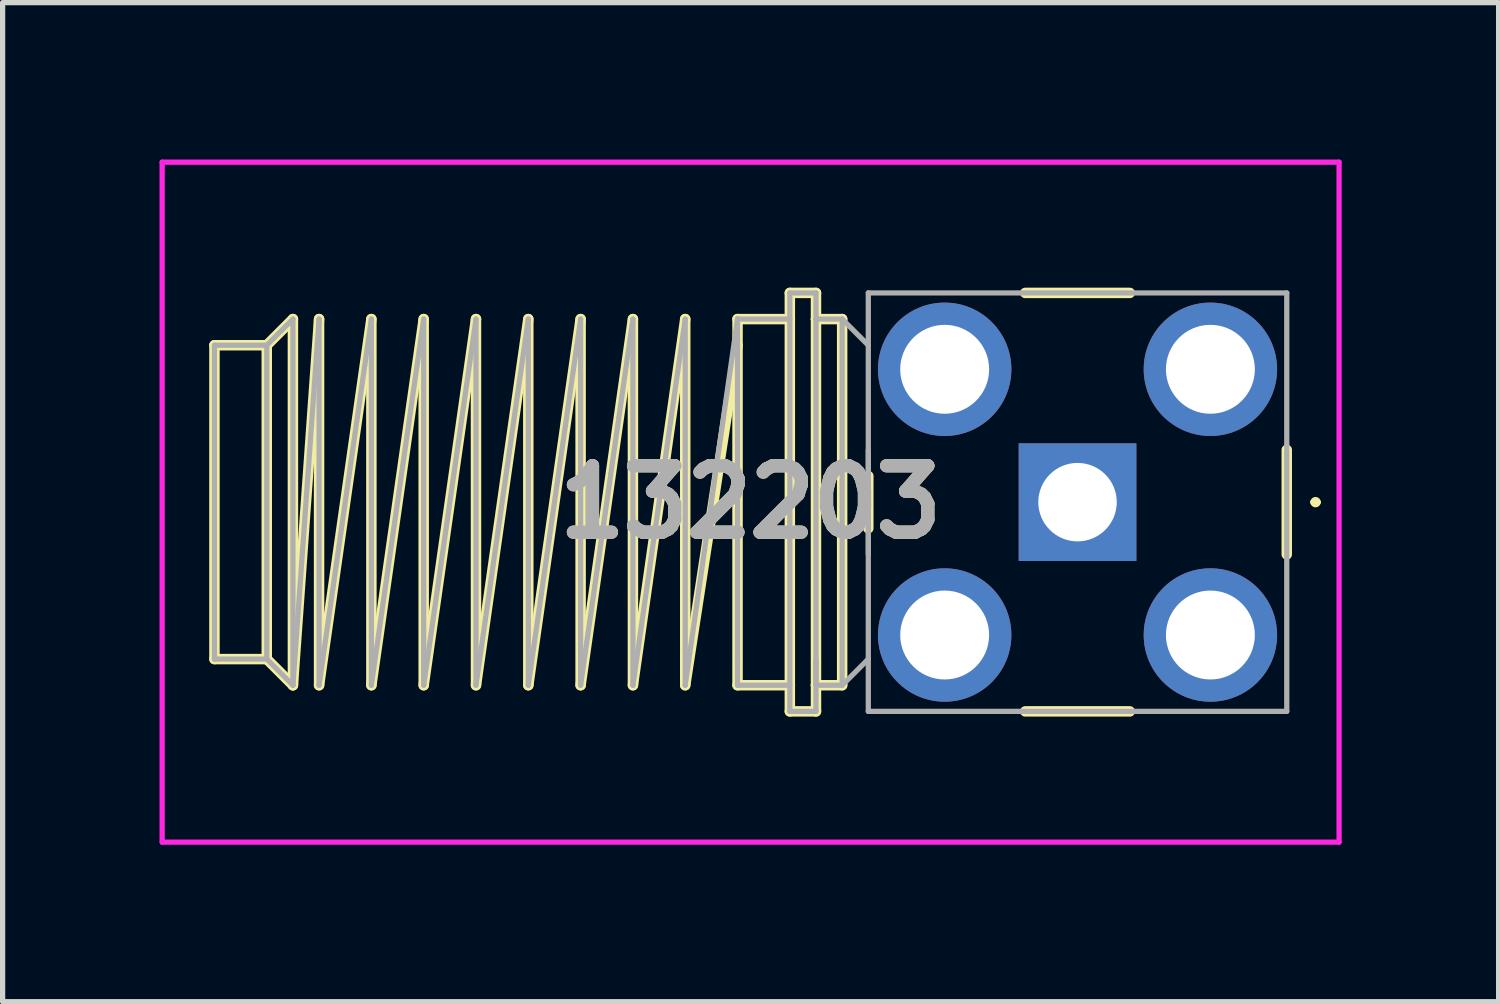
<source format=kicad_pcb>
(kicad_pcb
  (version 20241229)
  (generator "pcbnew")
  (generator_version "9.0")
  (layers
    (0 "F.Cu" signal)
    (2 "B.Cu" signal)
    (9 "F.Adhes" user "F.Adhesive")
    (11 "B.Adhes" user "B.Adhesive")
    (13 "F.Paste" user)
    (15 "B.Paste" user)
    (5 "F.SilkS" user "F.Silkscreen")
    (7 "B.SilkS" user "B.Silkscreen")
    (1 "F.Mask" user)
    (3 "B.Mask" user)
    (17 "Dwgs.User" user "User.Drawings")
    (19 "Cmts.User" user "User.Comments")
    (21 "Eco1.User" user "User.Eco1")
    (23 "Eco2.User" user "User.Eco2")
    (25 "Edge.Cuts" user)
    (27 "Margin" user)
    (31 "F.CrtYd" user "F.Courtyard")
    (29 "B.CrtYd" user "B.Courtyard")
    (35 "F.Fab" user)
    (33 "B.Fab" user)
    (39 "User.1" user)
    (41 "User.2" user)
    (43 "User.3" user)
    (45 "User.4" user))
  (footprint "132203"
    (layer "F.Cu")
    (at 17.55 6.55)
    (property "Reference" "132203" (at -6.25 0 0) (layer "F.SilkS") (effects (font (size 1.27 1.27) (thickness 0.254))))
    (attr through_hole)
    (fp_line (start -16.5 -3) (end -16.5 3) (stroke (width 0.2) (type solid)) (layer "F.SilkS"))
    (fp_line (start -16.5 3) (end -15.5 3) (stroke (width 0.2) (type solid)) (layer "F.SilkS"))
    (fp_line (start -15.5 -3) (end -16.5 -3) (stroke (width 0.2) (type solid)) (layer "F.SilkS"))
    (fp_line (start -15.5 -3) (end -15.5 3) (stroke (width 0.2) (type solid)) (layer "F.SilkS"))
    (fp_line (start -15.5 3) (end -15 3.5) (stroke (width 0.2) (type solid)) (layer "F.SilkS"))
    (fp_line (start -15 -3.5) (end -15.5 -3) (stroke (width 0.2) (type solid)) (layer "F.SilkS"))
    (fp_line (start -15 3.5) (end -15 -3.5) (stroke (width 0.2) (type solid)) (layer "F.SilkS"))
    (fp_line (start -14.5 -3.5) (end -15 3.5) (stroke (width 0.2) (type solid)) (layer "F.SilkS"))
    (fp_line (start -14.5 3.5) (end -14.5 -3.5) (stroke (width 0.2) (type solid)) (layer "F.SilkS"))
    (fp_line (start -13.5 -3.5) (end -14.5 3.5) (stroke (width 0.2) (type solid)) (layer "F.SilkS"))
    (fp_line (start -13.5 3.5) (end -13.5 -3.5) (stroke (width 0.2) (type solid)) (layer "F.SilkS"))
    (fp_line (start -12.5 -3.5) (end -13.5 3.5) (stroke (width 0.2) (type solid)) (layer "F.SilkS"))
    (fp_line (start -12.5 3.5) (end -12.5 -3.5) (stroke (width 0.2) (type solid)) (layer "F.SilkS"))
    (fp_line (start -11.5 -3.5) (end -12.5 3.5) (stroke (width 0.2) (type solid)) (layer "F.SilkS"))
    (fp_line (start -11.5 3.5) (end -11.5 -3.5) (stroke (width 0.2) (type solid)) (layer "F.SilkS"))
    (fp_line (start -10.5 -3.5) (end -11.5 3.5) (stroke (width 0.2) (type solid)) (layer "F.SilkS"))
    (fp_line (start -10.5 3.5) (end -10.5 -3.5) (stroke (width 0.2) (type solid)) (layer "F.SilkS"))
    (fp_line (start -9.5 -3.5) (end -10.5 3.5) (stroke (width 0.2) (type solid)) (layer "F.SilkS"))
    (fp_line (start -9.5 3.5) (end -9.5 -3.5) (stroke (width 0.2) (type solid)) (layer "F.SilkS"))
    (fp_line (start -8.5 -3.5) (end -9.5 3.5) (stroke (width 0.2) (type solid)) (layer "F.SilkS"))
    (fp_line (start -8.5 3.5) (end -8.5 -3.5) (stroke (width 0.2) (type solid)) (layer "F.SilkS"))
    (fp_line (start -7.5 -3.5) (end -8.5 3.5) (stroke (width 0.2) (type solid)) (layer "F.SilkS"))
    (fp_line (start -7.5 3.5) (end -7.5 -3.5) (stroke (width 0.2) (type solid)) (layer "F.SilkS"))
    (fp_line (start -6.5 -3.5) (end -6.5 3.5) (stroke (width 0.2) (type solid)) (layer "F.SilkS"))
    (fp_line (start -6.5 -3) (end -7.5 3.5) (stroke (width 0.2) (type solid)) (layer "F.SilkS"))
    (fp_line (start -6.5 3.5) (end -5.5 3.5) (stroke (width 0.2) (type solid)) (layer "F.SilkS"))
    (fp_line (start -5.5 -4) (end -5.5 4) (stroke (width 0.2) (type solid)) (layer "F.SilkS"))
    (fp_line (start -5.5 -3.5) (end -6.5 -3.5) (stroke (width 0.2) (type solid)) (layer "F.SilkS"))
    (fp_line (start -5.5 4) (end -5 4) (stroke (width 0.2) (type solid)) (layer "F.SilkS"))
    (fp_line (start -5 -4) (end -5.5 -4) (stroke (width 0.2) (type solid)) (layer "F.SilkS"))
    (fp_line (start -5 -3.5) (end -5 -4) (stroke (width 0.2) (type solid)) (layer "F.SilkS"))
    (fp_line (start -5 -3.5) (end -5 3.5) (stroke (width 0.2) (type solid)) (layer "F.SilkS"))
    (fp_line (start -5 3.5) (end -4.5 3.5) (stroke (width 0.2) (type solid)) (layer "F.SilkS"))
    (fp_line (start -5 4) (end -5 3.5) (stroke (width 0.2) (type solid)) (layer "F.SilkS"))
    (fp_line (start -4.5 -3.5) (end -5 -3.5) (stroke (width 0.2) (type solid)) (layer "F.SilkS"))
    (fp_line (start -4.5 3.5) (end -4.5 -3.5) (stroke (width 0.2) (type solid)) (layer "F.SilkS"))
    (fp_line (start -4 -0.5) (end -4 0.5) (stroke (width 0.2) (type solid)) (layer "F.SilkS"))
    (fp_line (start 1 -4) (end -1 -4) (stroke (width 0.2) (type solid)) (layer "F.SilkS"))
    (fp_line (start 1 4) (end -1 4) (stroke (width 0.2) (type solid)) (layer "F.SilkS"))
    (fp_line (start 4 -1) (end 4 1) (stroke (width 0.2) (type solid)) (layer "F.SilkS"))
    (fp_line (start 4.5 0) (end 4.5 0) (stroke (width 0.1) (type solid)) (layer "F.SilkS"))
    (fp_line (start 4.6 0) (end 4.6 0) (stroke (width 0.1) (type solid)) (layer "F.SilkS"))
    (fp_arc (start 4.5 0) (mid 4.55 -0.05) (end 4.6 0) (stroke (width 0.1) (type solid)) (layer "F.SilkS"))
    (fp_arc (start 4.6 0) (mid 4.55 0.05) (end 4.5 0) (stroke (width 0.1) (type solid)) (layer "F.SilkS"))
    (fp_line (start -17.5 -6.5) (end -17.5 6.5) (stroke (width 0.1) (type solid)) (layer "F.CrtYd"))
    (fp_line (start -17.5 6.5) (end 5 6.5) (stroke (width 0.1) (type solid)) (layer "F.CrtYd"))
    (fp_line (start 5 -6.5) (end -17.5 -6.5) (stroke (width 0.1) (type solid)) (layer "F.CrtYd"))
    (fp_line (start 5 6.5) (end 5 -6.5) (stroke (width 0.1) (type solid)) (layer "F.CrtYd"))
    (fp_line (start -16.5 -3) (end -16.5 3) (stroke (width 0.1) (type solid)) (layer "F.Fab"))
    (fp_line (start -16.5 3) (end -15.5 3) (stroke (width 0.1) (type solid)) (layer "F.Fab"))
    (fp_line (start -15.5 -3) (end -16.5 -3) (stroke (width 0.1) (type solid)) (layer "F.Fab"))
    (fp_line (start -15.5 -3) (end -15.5 -3) (stroke (width 0.1) (type solid)) (layer "F.Fab"))
    (fp_line (start -15.5 -3) (end -15.5 3) (stroke (width 0.1) (type solid)) (layer "F.Fab"))
    (fp_line (start -15.5 3) (end -15 3.5) (stroke (width 0.1) (type solid)) (layer "F.Fab"))
    (fp_line (start -15 -3.5) (end -15.5 -3) (stroke (width 0.1) (type solid)) (layer "F.Fab"))
    (fp_line (start -15 3.5) (end -15 -3.5) (stroke (width 0.1) (type solid)) (layer "F.Fab"))
    (fp_line (start -14.5 -3.5) (end -15 3.5) (stroke (width 0.1) (type solid)) (layer "F.Fab"))
    (fp_line (start -14.5 3.5) (end -14.5 -3.5) (stroke (width 0.1) (type solid)) (layer "F.Fab"))
    (fp_line (start -13.5 -3.5) (end -14.5 3.5) (stroke (width 0.1) (type solid)) (layer "F.Fab"))
    (fp_line (start -13.5 3.5) (end -13.5 -3.5) (stroke (width 0.1) (type solid)) (layer "F.Fab"))
    (fp_line (start -12.5 -3.5) (end -13.5 3.5) (stroke (width 0.1) (type solid)) (layer "F.Fab"))
    (fp_line (start -12.5 3.5) (end -12.5 -3.5) (stroke (width 0.1) (type solid)) (layer "F.Fab"))
    (fp_line (start -11.5 -3.5) (end -12.5 3.5) (stroke (width 0.1) (type solid)) (layer "F.Fab"))
    (fp_line (start -11.5 3.5) (end -11.5 -3.5) (stroke (width 0.1) (type solid)) (layer "F.Fab"))
    (fp_line (start -10.5 -3.5) (end -11.5 3.5) (stroke (width 0.1) (type solid)) (layer "F.Fab"))
    (fp_line (start -10.5 3.5) (end -10.5 -3.5) (stroke (width 0.1) (type solid)) (layer "F.Fab"))
    (fp_line (start -9.5 -3.5) (end -10.5 3.5) (stroke (width 0.1) (type solid)) (layer "F.Fab"))
    (fp_line (start -9.5 3.5) (end -9.5 -3.5) (stroke (width 0.1) (type solid)) (layer "F.Fab"))
    (fp_line (start -8.5 -3.5) (end -9.5 3.5) (stroke (width 0.1) (type solid)) (layer "F.Fab"))
    (fp_line (start -8.5 3.5) (end -8.5 -3.5) (stroke (width 0.1) (type solid)) (layer "F.Fab"))
    (fp_line (start -7.5 -3.5) (end -8.5 3.5) (stroke (width 0.1) (type solid)) (layer "F.Fab"))
    (fp_line (start -7.5 3.5) (end -7.5 -3.5) (stroke (width 0.1) (type solid)) (layer "F.Fab"))
    (fp_line (start -6.5 -3.5) (end -7.5 3.5) (stroke (width 0.1) (type solid)) (layer "F.Fab"))
    (fp_line (start -6.5 -3.5) (end -6.5 -3.5) (stroke (width 0.1) (type solid)) (layer "F.Fab"))
    (fp_line (start -6.5 -3.5) (end -6.5 -3.5) (stroke (width 0.1) (type solid)) (layer "F.Fab"))
    (fp_line (start -6.5 -3.5) (end -6.5 -3) (stroke (width 0.1) (type solid)) (layer "F.Fab"))
    (fp_line (start -6.5 -3) (end -6.5 3) (stroke (width 0.1) (type solid)) (layer "F.Fab"))
    (fp_line (start -6.5 3) (end -6.5 3.5) (stroke (width 0.1) (type solid)) (layer "F.Fab"))
    (fp_line (start -6.5 3.5) (end -5.5 3.5) (stroke (width 0.1) (type solid)) (layer "F.Fab"))
    (fp_line (start -5.5 -4) (end -5.5 4) (stroke (width 0.1) (type solid)) (layer "F.Fab"))
    (fp_line (start -5.5 -3.5) (end -6.5 -3.5) (stroke (width 0.1) (type solid)) (layer "F.Fab"))
    (fp_line (start -5.5 4) (end -5 4) (stroke (width 0.1) (type solid)) (layer "F.Fab"))
    (fp_line (start -5 -4) (end -5.5 -4) (stroke (width 0.1) (type solid)) (layer "F.Fab"))
    (fp_line (start -5 -3.5) (end -5 -4) (stroke (width 0.1) (type solid)) (layer "F.Fab"))
    (fp_line (start -5 -3.5) (end -5 3.5) (stroke (width 0.1) (type solid)) (layer "F.Fab"))
    (fp_line (start -5 3.5) (end -4.5 3.5) (stroke (width 0.1) (type solid)) (layer "F.Fab"))
    (fp_line (start -5 4) (end -5 3) (stroke (width 0.1) (type solid)) (layer "F.Fab"))
    (fp_line (start -4.5 -3.5) (end -5 -3.5) (stroke (width 0.1) (type solid)) (layer "F.Fab"))
    (fp_line (start -4.5 -3.5) (end -4.5 3.5) (stroke (width 0.1) (type solid)) (layer "F.Fab"))
    (fp_line (start -4.5 3.5) (end -4 3) (stroke (width 0.1) (type solid)) (layer "F.Fab"))
    (fp_line (start -4 -4) (end 4 -4) (stroke (width 0.1) (type solid)) (layer "F.Fab"))
    (fp_line (start -4 -3) (end -4.5 -3.5) (stroke (width 0.1) (type solid)) (layer "F.Fab"))
    (fp_line (start -4 1) (end -4 -1) (stroke (width 0.1) (type solid)) (layer "F.Fab"))
    (fp_line (start -4 4) (end -4 -4) (stroke (width 0.1) (type solid)) (layer "F.Fab"))
    (fp_line (start 4 -4) (end 4 4) (stroke (width 0.1) (type solid)) (layer "F.Fab"))
    (fp_line (start 4 4) (end -4 4) (stroke (width 0.1) (type solid)) (layer "F.Fab"))
    (fp_text user "${REFERENCE}" (at -6.25 0 0) (layer "F.Fab") (effects (font (size 1.27 1.27) (thickness 0.254))))
    (pad "1" thru_hole rect (at 0 0) (size 2.25 2.25) (drill 1.5) (layers "*.Cu" "*.Mask"))
    (pad "2" thru_hole circle (at -2.54 -2.54) (size 2.55 2.55) (drill 1.7) (layers "*.Cu" "*.Mask"))
    (pad "3" thru_hole circle (at -2.54 2.54) (size 2.55 2.55) (drill 1.7) (layers "*.Cu" "*.Mask"))
    (pad "4" thru_hole circle (at 2.54 2.54) (size 2.55 2.55) (drill 1.7) (layers "*.Cu" "*.Mask"))
    (pad "5" thru_hole circle (at 2.54 -2.54) (size 2.55 2.55) (drill 1.7) (layers "*.Cu" "*.Mask")))
  (gr_rect
    (start -3 -3)
    (end 25.6 16.1)
    (stroke (width 0.1) (type default))
    (fill no)
    (layer "Edge.Cuts")))
</source>
